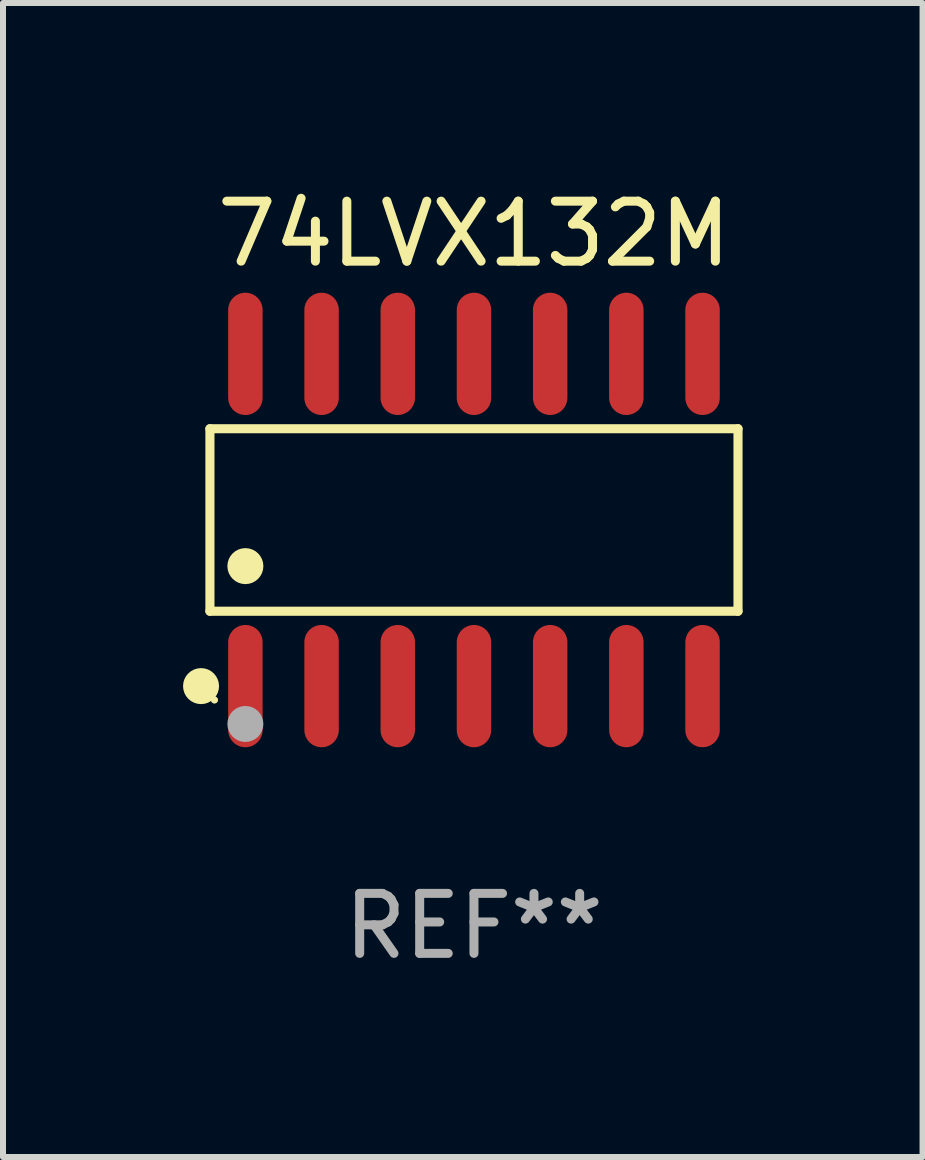
<source format=kicad_pcb>
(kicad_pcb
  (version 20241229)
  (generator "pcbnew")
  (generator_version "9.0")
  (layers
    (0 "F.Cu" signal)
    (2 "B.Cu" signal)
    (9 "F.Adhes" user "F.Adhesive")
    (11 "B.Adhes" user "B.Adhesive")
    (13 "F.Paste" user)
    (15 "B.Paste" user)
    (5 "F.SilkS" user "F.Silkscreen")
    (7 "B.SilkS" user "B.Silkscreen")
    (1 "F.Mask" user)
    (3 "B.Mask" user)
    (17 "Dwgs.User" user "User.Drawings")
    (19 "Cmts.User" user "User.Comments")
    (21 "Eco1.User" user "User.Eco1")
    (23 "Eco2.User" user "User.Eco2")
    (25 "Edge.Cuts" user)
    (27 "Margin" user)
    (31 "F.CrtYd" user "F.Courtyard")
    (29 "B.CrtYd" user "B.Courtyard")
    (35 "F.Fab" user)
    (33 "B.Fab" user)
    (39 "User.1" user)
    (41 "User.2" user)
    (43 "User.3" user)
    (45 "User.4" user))
  (footprint "74LVX132M"
    (layer "F.Cu")
    (at 4.85 5.617)
    (property "Reference" "74LVX132M" (at 0 -4.769 0) (layer "F.SilkS") (effects (font (size 1 1) (thickness 0.15))))
    (attr through_hole)
    (fp_line (start -4.401 -1.521) (end 4.401 -1.521) (stroke (width 0.152) (type solid)) (layer "F.SilkS"))
    (fp_line (start -4.401 1.521) (end -4.401 -1.521) (stroke (width 0.152) (type solid)) (layer "F.SilkS"))
    (fp_line (start 4.401 -1.521) (end 4.401 1.521) (stroke (width 0.152) (type solid)) (layer "F.SilkS"))
    (fp_line (start 4.401 1.521) (end -4.401 1.521) (stroke (width 0.152) (type solid)) (layer "F.SilkS"))
    (fp_circle (center -4.549 2.769) (end -4.399 2.769) (stroke (width 0.3) (type solid)) (fill no) (layer "F.SilkS"))
    (fp_circle (center -4.325 3) (end -4.295 3) (stroke (width 0.06) (type solid)) (fill no) (layer "F.SilkS"))
    (fp_circle (center -3.81 0.769) (end -3.66 0.769) (stroke (width 0.3) (type solid)) (fill no) (layer "F.SilkS"))
    (fp_circle (center -3.81 3.4) (end -3.66 3.4) (stroke (width 0.3) (type solid)) (fill no) (layer "F.Fab"))
    (fp_text user "REF**" (at 0 6.769 0) (layer "F.Fab") (effects (font (size 1 1) (thickness 0.15))))
    (pad "1" smd oval (at -3.81 2.769) (size 0.574 2.038) (layers "F.Cu" "F.Mask" "F.Paste"))
    (pad "2" smd oval (at -2.54 2.769) (size 0.574 2.038) (layers "F.Cu" "F.Mask" "F.Paste"))
    (pad "3" smd oval (at -1.27 2.769) (size 0.574 2.038) (layers "F.Cu" "F.Mask" "F.Paste"))
    (pad "4" smd oval (at 0 2.769) (size 0.574 2.038) (layers "F.Cu" "F.Mask" "F.Paste"))
    (pad "5" smd oval (at 1.27 2.769) (size 0.574 2.038) (layers "F.Cu" "F.Mask" "F.Paste"))
    (pad "6" smd oval (at 2.54 2.769) (size 0.574 2.038) (layers "F.Cu" "F.Mask" "F.Paste"))
    (pad "7" smd oval (at 3.81 2.769) (size 0.574 2.038) (layers "F.Cu" "F.Mask" "F.Paste"))
    (pad "8" smd oval (at 3.81 -2.769) (size 0.574 2.038) (layers "F.Cu" "F.Mask" "F.Paste"))
    (pad "9" smd oval (at 2.54 -2.769) (size 0.574 2.038) (layers "F.Cu" "F.Mask" "F.Paste"))
    (pad "10" smd oval (at 1.27 -2.769) (size 0.574 2.038) (layers "F.Cu" "F.Mask" "F.Paste"))
    (pad "11" smd oval (at 0 -2.769) (size 0.574 2.038) (layers "F.Cu" "F.Mask" "F.Paste"))
    (pad "12" smd oval (at -1.27 -2.769) (size 0.574 2.038) (layers "F.Cu" "F.Mask" "F.Paste"))
    (pad "13" smd oval (at -2.54 -2.769) (size 0.574 2.038) (layers "F.Cu" "F.Mask" "F.Paste"))
    (pad "14" smd oval (at -3.81 -2.769) (size 0.574 2.038) (layers "F.Cu" "F.Mask" "F.Paste")))
  (gr_rect
    (start -3 -3)
    (end 12.327 16.235)
    (stroke (width 0.1) (type default))
    (fill no)
    (layer "Edge.Cuts")))
</source>
